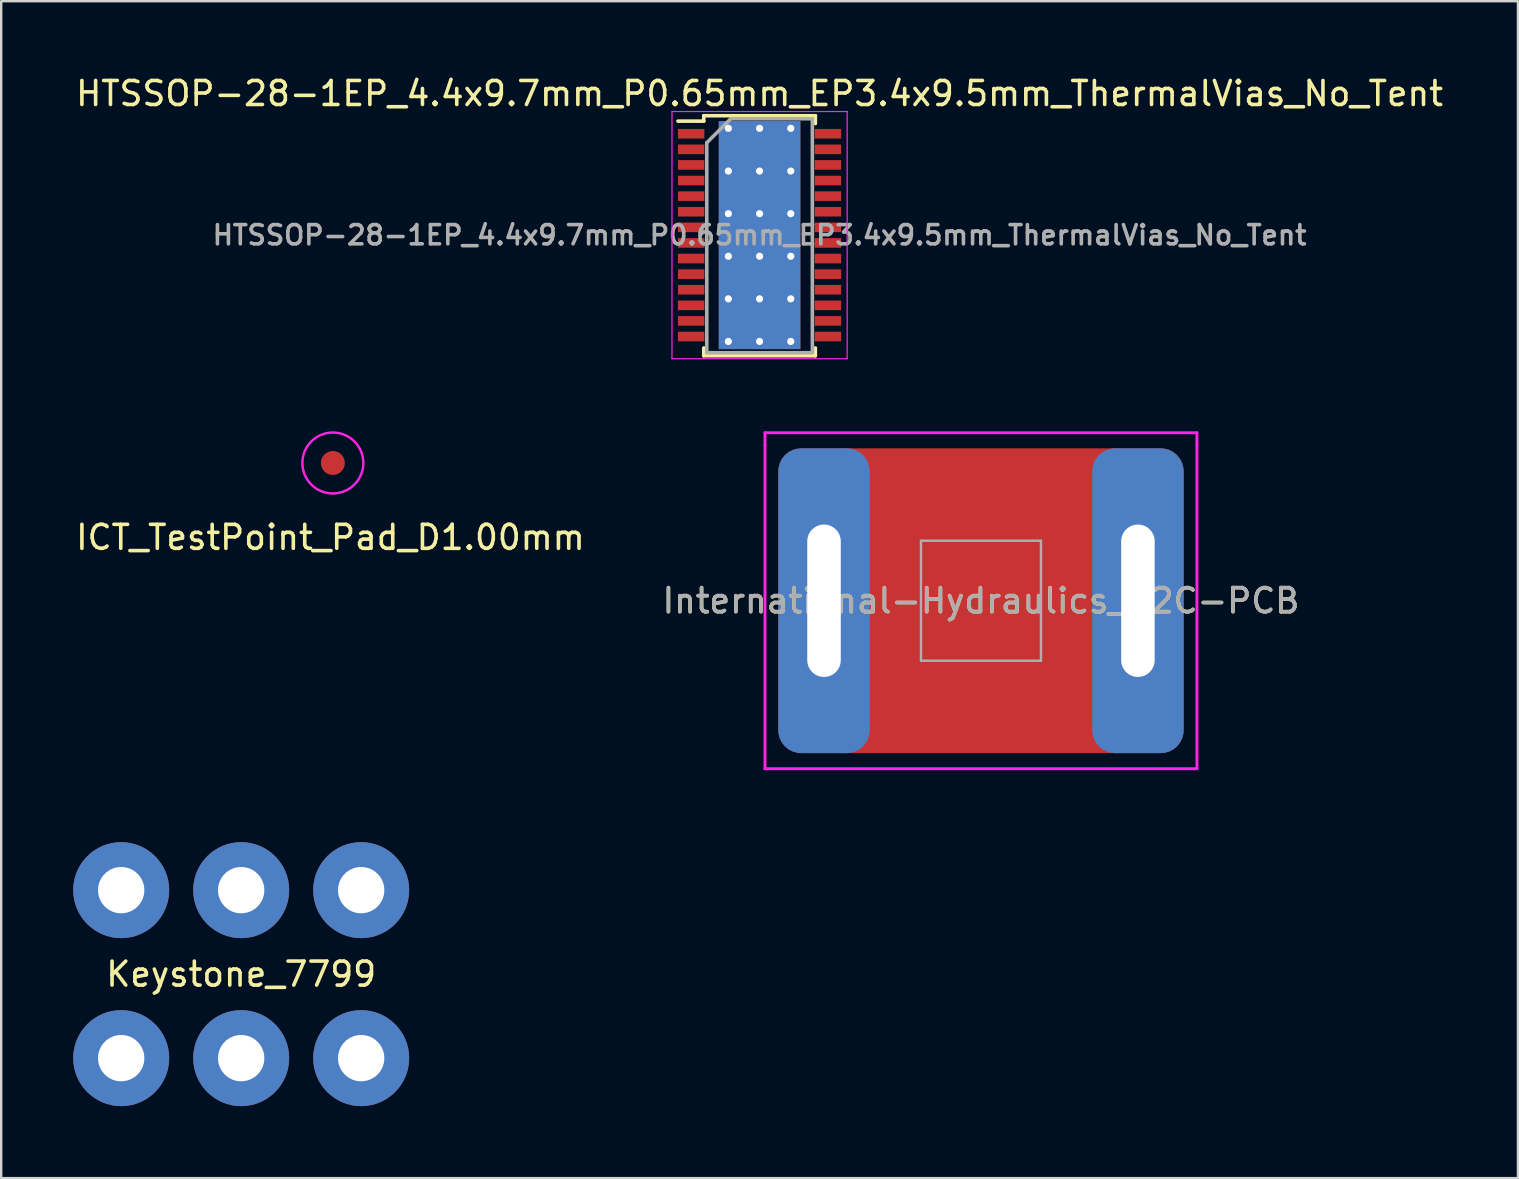
<source format=kicad_pcb>
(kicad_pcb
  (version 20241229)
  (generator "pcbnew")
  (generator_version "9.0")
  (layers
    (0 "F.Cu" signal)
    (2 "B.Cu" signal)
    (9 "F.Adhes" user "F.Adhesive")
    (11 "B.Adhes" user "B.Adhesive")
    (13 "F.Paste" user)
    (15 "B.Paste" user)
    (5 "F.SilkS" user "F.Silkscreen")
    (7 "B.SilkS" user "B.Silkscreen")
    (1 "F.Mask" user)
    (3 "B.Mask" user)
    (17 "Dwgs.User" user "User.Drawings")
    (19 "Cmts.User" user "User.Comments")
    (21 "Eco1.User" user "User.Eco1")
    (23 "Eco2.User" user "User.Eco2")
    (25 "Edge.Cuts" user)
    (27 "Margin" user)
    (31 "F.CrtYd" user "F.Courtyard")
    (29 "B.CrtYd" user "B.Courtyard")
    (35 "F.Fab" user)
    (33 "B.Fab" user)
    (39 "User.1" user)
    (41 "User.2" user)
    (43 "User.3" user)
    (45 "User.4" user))
  (footprint "ICT_TestPoint_Pad_D1.00mm"
    (layer "F.Cu")
    (at 10.82 16.243)
    (property "Reference" "ICT_TestPoint_Pad_D1.00mm" (at -0.1 3.1 0) (layer "F.SilkS") (effects (font (size 1 1) (thickness 0.15))))
    (attr exclude_from_pos_files exclude_from_bom)
    (fp_circle (center 0 0) (end 1.27 0) (stroke (width 0.1) (type solid)) (fill no) (layer "F.CrtYd"))
    (pad "1" smd circle (at 0 0) (size 1 1) (layers "F.Cu" "F.Mask")))
  (footprint "HTSSOP-28-1EP_4.4x9.7mm_P0.65mm_EP3.4x9.5mm_ThermalVias_No_Tent"
    (layer "F.Cu")
    (at 28.601 6.748)
    (property "Reference" "HTSSOP-28-1EP_4.4x9.7mm_P0.65mm_EP3.4x9.5mm_ThermalVias_No_Tent" (at 0 -5.9 0) (layer "F.SilkS") (effects (font (size 1 1) (thickness 0.15))))
    (attr smd)
    (fp_line (start -2.325 -4.975) (end -2.325 -4.75) (stroke (width 0.15) (type solid)) (layer "F.SilkS"))
    (fp_line (start -2.325 -4.975) (end 2.325 -4.975) (stroke (width 0.15) (type solid)) (layer "F.SilkS"))
    (fp_line (start -2.325 -4.75) (end -3.4 -4.75) (stroke (width 0.15) (type solid)) (layer "F.SilkS"))
    (fp_line (start -2.325 5.026) (end -2.325 4.701) (stroke (width 0.15) (type solid)) (layer "F.SilkS"))
    (fp_line (start -2.325 5.026) (end 2.325 5.026) (stroke (width 0.15) (type solid)) (layer "F.SilkS"))
    (fp_line (start 2.325 -4.975) (end 2.325 -4.65) (stroke (width 0.15) (type solid)) (layer "F.SilkS"))
    (fp_line (start 2.325 5.026) (end 2.325 4.701) (stroke (width 0.15) (type solid)) (layer "F.SilkS"))
    (fp_line (start -3.65 -5.15) (end -3.65 5.15) (stroke (width 0.05) (type solid)) (layer "F.CrtYd"))
    (fp_line (start -3.65 -5.15) (end 3.65 -5.15) (stroke (width 0.05) (type solid)) (layer "F.CrtYd"))
    (fp_line (start -3.65 5.15) (end 3.65 5.15) (stroke (width 0.05) (type solid)) (layer "F.CrtYd"))
    (fp_line (start 3.65 -5.15) (end 3.65 5.15) (stroke (width 0.05) (type solid)) (layer "F.CrtYd"))
    (fp_line (start -2.2 -3.85) (end -1.2 -4.85) (stroke (width 0.15) (type solid)) (layer "F.Fab"))
    (fp_line (start -2.2 4.85) (end -2.2 -3.85) (stroke (width 0.15) (type solid)) (layer "F.Fab"))
    (fp_line (start -1.2 -4.85) (end 2.2 -4.85) (stroke (width 0.15) (type solid)) (layer "F.Fab"))
    (fp_line (start 2.2 -4.85) (end 2.2 4.85) (stroke (width 0.15) (type solid)) (layer "F.Fab"))
    (fp_line (start 2.2 4.901) (end -2.2 4.901) (stroke (width 0.15) (type solid)) (layer "F.Fab"))
    (fp_text user "${REFERENCE}" (at 0 0 0) (layer "F.Fab") (effects (font (size 0.8 0.8) (thickness 0.15))))
    (pad "" smd rect (at -0.85 -3.56) (size 1.4 1.4) (layers "F.Paste"))
    (pad "" smd rect (at -0.85 -1.78) (size 1.4 1.4) (layers "F.Paste"))
    (pad "" smd rect (at -0.85 0) (size 1.4 1.4) (layers "F.Paste"))
    (pad "" smd rect (at -0.85 1.78) (size 1.4 1.4) (layers "F.Paste"))
    (pad "" smd rect (at -0.85 3.56) (size 1.4 1.4) (layers "F.Paste"))
    (pad "" smd rect (at 0.85 -3.56) (size 1.4 1.4) (layers "F.Paste"))
    (pad "" smd rect (at 0.85 -1.78) (size 1.4 1.4) (layers "F.Paste"))
    (pad "" smd rect (at 0.85 0) (size 1.4 1.4) (layers "F.Paste"))
    (pad "" smd rect (at 0.85 1.78) (size 1.4 1.4) (layers "F.Paste"))
    (pad "" smd rect (at 0.85 3.56) (size 1.4 1.4) (layers "F.Paste"))
    (pad "1" smd rect (at -2.85 -4.225) (size 1.1 0.4) (layers "F.Cu" "F.Mask" "F.Paste"))
    (pad "2" smd rect (at -2.85 -3.575) (size 1.1 0.4) (layers "F.Cu" "F.Mask" "F.Paste"))
    (pad "3" smd rect (at -2.85 -2.925) (size 1.1 0.4) (layers "F.Cu" "F.Mask" "F.Paste"))
    (pad "4" smd rect (at -2.85 -2.275) (size 1.1 0.4) (layers "F.Cu" "F.Mask" "F.Paste"))
    (pad "5" smd rect (at -2.85 -1.625) (size 1.1 0.4) (layers "F.Cu" "F.Mask" "F.Paste"))
    (pad "6" smd rect (at -2.85 -0.975) (size 1.1 0.4) (layers "F.Cu" "F.Mask" "F.Paste"))
    (pad "7" smd rect (at -2.85 -0.325) (size 1.1 0.4) (layers "F.Cu" "F.Mask" "F.Paste"))
    (pad "8" smd rect (at -2.85 0.325) (size 1.1 0.4) (layers "F.Cu" "F.Mask" "F.Paste"))
    (pad "9" smd rect (at -2.85 0.975) (size 1.1 0.4) (layers "F.Cu" "F.Mask" "F.Paste"))
    (pad "10" smd rect (at -2.85 1.625) (size 1.1 0.4) (layers "F.Cu" "F.Mask" "F.Paste"))
    (pad "11" smd rect (at -2.85 2.275) (size 1.1 0.4) (layers "F.Cu" "F.Mask" "F.Paste"))
    (pad "12" smd rect (at -2.85 2.925) (size 1.1 0.4) (layers "F.Cu" "F.Mask" "F.Paste"))
    (pad "13" smd rect (at -2.85 3.575) (size 1.1 0.4) (layers "F.Cu" "F.Mask" "F.Paste"))
    (pad "14" smd rect (at -2.85 4.225) (size 1.1 0.4) (layers "F.Cu" "F.Mask" "F.Paste"))
    (pad "15" smd rect (at 2.85 4.225) (size 1.1 0.4) (layers "F.Cu" "F.Mask" "F.Paste"))
    (pad "16" smd rect (at 2.85 3.575) (size 1.1 0.4) (layers "F.Cu" "F.Mask" "F.Paste"))
    (pad "17" smd rect (at 2.85 2.925) (size 1.1 0.4) (layers "F.Cu" "F.Mask" "F.Paste"))
    (pad "18" smd rect (at 2.85 2.275) (size 1.1 0.4) (layers "F.Cu" "F.Mask" "F.Paste"))
    (pad "19" smd rect (at 2.85 1.625) (size 1.1 0.4) (layers "F.Cu" "F.Mask" "F.Paste"))
    (pad "20" smd rect (at 2.85 0.975) (size 1.1 0.4) (layers "F.Cu" "F.Mask" "F.Paste"))
    (pad "21" smd rect (at 2.85 0.325) (size 1.1 0.4) (layers "F.Cu" "F.Mask" "F.Paste"))
    (pad "22" smd rect (at 2.85 -0.325) (size 1.1 0.4) (layers "F.Cu" "F.Mask" "F.Paste"))
    (pad "23" smd rect (at 2.85 -0.975) (size 1.1 0.4) (layers "F.Cu" "F.Mask" "F.Paste"))
    (pad "24" smd rect (at 2.85 -1.625) (size 1.1 0.4) (layers "F.Cu" "F.Mask" "F.Paste"))
    (pad "25" smd rect (at 2.85 -2.275) (size 1.1 0.4) (layers "F.Cu" "F.Mask" "F.Paste"))
    (pad "26" smd rect (at 2.85 -2.925) (size 1.1 0.4) (layers "F.Cu" "F.Mask" "F.Paste"))
    (pad "27" smd rect (at 2.85 -3.575) (size 1.1 0.4) (layers "F.Cu" "F.Mask" "F.Paste"))
    (pad "28" smd rect (at 2.85 -4.225) (size 1.1 0.4) (layers "F.Cu" "F.Mask" "F.Paste"))
    (pad "29" thru_hole circle (at -1.3 -4.45) (size 0.3 0.3) (drill 0.3) (layers "*.Cu" "B.Mask"))
    (pad "29" thru_hole circle (at -1.3 -2.67) (size 0.3 0.3) (drill 0.3) (layers "*.Cu" "B.Mask"))
    (pad "29" thru_hole circle (at -1.3 -0.895) (size 0.3 0.3) (drill 0.3) (layers "*.Cu" "B.Mask"))
    (pad "29" thru_hole circle (at -1.3 0.88) (size 0.3 0.3) (drill 0.3) (layers "*.Cu" "B.Mask"))
    (pad "29" thru_hole circle (at -1.3 2.655) (size 0.3 0.3) (drill 0.3) (layers "*.Cu" "B.Mask"))
    (pad "29" thru_hole circle (at -1.3 4.43) (size 0.3 0.3) (drill 0.3) (layers "*.Cu" "B.Mask"))
    (pad "29" thru_hole circle (at 0 -4.45) (size 0.3 0.3) (drill 0.3) (layers "*.Cu" "B.Mask"))
    (pad "29" thru_hole circle (at 0 -2.67) (size 0.3 0.3) (drill 0.3) (layers "*.Cu" "B.Mask"))
    (pad "29" thru_hole circle (at 0 -0.895) (size 0.3 0.3) (drill 0.3) (layers "*.Cu" "B.Mask"))
    (pad "29" smd rect (at 0 0) (size 3.4 9.5) (layers "F.Cu" "F.Mask"))
    (pad "29" smd rect (at 0 0) (size 3.4 9.5) (layers "B.Cu"))
    (pad "29" thru_hole circle (at 0 0.88) (size 0.3 0.3) (drill 0.3) (layers "*.Cu" "B.Mask"))
    (pad "29" thru_hole circle (at 0 2.655) (size 0.3 0.3) (drill 0.3) (layers "*.Cu" "B.Mask"))
    (pad "29" thru_hole circle (at 0 4.43) (size 0.3 0.3) (drill 0.3) (layers "*.Cu" "B.Mask"))
    (pad "29" thru_hole circle (at 1.3 -4.45) (size 0.3 0.3) (drill 0.3) (layers "*.Cu" "B.Mask"))
    (pad "29" thru_hole circle (at 1.3 -2.67) (size 0.3 0.3) (drill 0.3) (layers "*.Cu" "B.Mask"))
    (pad "29" thru_hole circle (at 1.3 -0.895) (size 0.3 0.3) (drill 0.3) (layers "*.Cu" "B.Mask"))
    (pad "29" thru_hole circle (at 1.3 0.88) (size 0.3 0.3) (drill 0.3) (layers "*.Cu" "B.Mask"))
    (pad "29" thru_hole circle (at 1.3 2.655) (size 0.3 0.3) (drill 0.3) (layers "*.Cu" "B.Mask"))
    (pad "29" thru_hole circle (at 1.3 4.43) (size 0.3 0.3) (drill 0.3) (layers "*.Cu" "B.Mask")))
  (footprint "Keystone_7799"
    (layer "F.Cu")
    (at 7 37.543)
    (property "Reference" "Keystone_7799" (at 0 0 0) (layer "F.SilkS") (effects (font (size 1 1) (thickness 0.15))))
    (attr through_hole)
    (pad "1" thru_hole circle (at -5 -3.5) (size 4 4) (drill 1.93) (layers "*.Cu" "*.Mask"))
    (pad "1" thru_hole circle (at -5 3.5 180) (size 4 4) (drill 1.93) (layers "*.Cu" "*.Mask"))
    (pad "1" thru_hole circle (at 0 -3.5) (size 4 4) (drill 1.93) (layers "*.Cu" "*.Mask"))
    (pad "1" thru_hole circle (at 0 3.5 180) (size 4 4) (drill 1.93) (layers "*.Cu" "*.Mask"))
    (pad "1" thru_hole circle (at 5 -3.5) (size 4 4) (drill 1.93) (layers "*.Cu" "*.Mask"))
    (pad "1" thru_hole circle (at 5 3.5 180) (size 4 4) (drill 1.93) (layers "*.Cu" "*.Mask")))
  (footprint "International-Hydraulics_B2C-PCB"
    (layer "F.Cu")
    (at 37.827 21.983)
    (property "Reference" "International-Hydraulics_B2C-PCB" (at 0 0 0) (layer "F.SilkS") (effects (font (size 1 1) (thickness 0.15))))
    (attr smd)
    (fp_line (start -9 -7) (end -9 -6.5) (stroke (width 0.12) (type solid)) (layer "F.CrtYd"))
    (fp_line (start -9 -7) (end 9 -7) (stroke (width 0.12) (type solid)) (layer "F.CrtYd"))
    (fp_line (start -9 7) (end -9 -6.5) (stroke (width 0.12) (type solid)) (layer "F.CrtYd"))
    (fp_line (start 9 -7) (end 9 -6.5) (stroke (width 0.12) (type solid)) (layer "F.CrtYd"))
    (fp_line (start 9 -6.5) (end 9 7) (stroke (width 0.12) (type solid)) (layer "F.CrtYd"))
    (fp_line (start 9 7) (end -9 7) (stroke (width 0.12) (type solid)) (layer "F.CrtYd"))
    (fp_line (start -2.5 -2.5) (end -2.5 2.5) (stroke (width 0.1) (type solid)) (layer "F.Fab"))
    (fp_line (start -2.5 2.5) (end 2.5 2.5) (stroke (width 0.1) (type solid)) (layer "F.Fab"))
    (fp_line (start 2.5 -2.5) (end -2.5 -2.5) (stroke (width 0.1) (type solid)) (layer "F.Fab"))
    (fp_line (start 2.5 2.5) (end 2.5 -2.5) (stroke (width 0.1) (type solid)) (layer "F.Fab"))
    (fp_text user "${REFERENCE}" (at 0 0 0) (layer "F.Fab") (effects (font (size 1 1) (thickness 0.15))))
    (pad "1" thru_hole roundrect (at -6.54 0 180) (size 3.81 12.7) (drill oval 1.397 6.35) (layers "*.Cu" "*.Mask") (roundrect_rratio 0.25))
    (pad "1" smd rect (at 0 0 180) (size 11.43 12.7) (layers "F.Cu" "F.Mask"))
    (pad "1" thru_hole roundrect (at 6.54 0) (size 3.81 12.7) (drill oval 1.397 6.35) (layers "*.Cu" "*.Mask") (roundrect_rratio 0.25)))
  (gr_rect
    (start -3 -3)
    (end 60.202 46.043)
    (stroke (width 0.1) (type default))
    (fill no)
    (layer "Edge.Cuts")))
</source>
